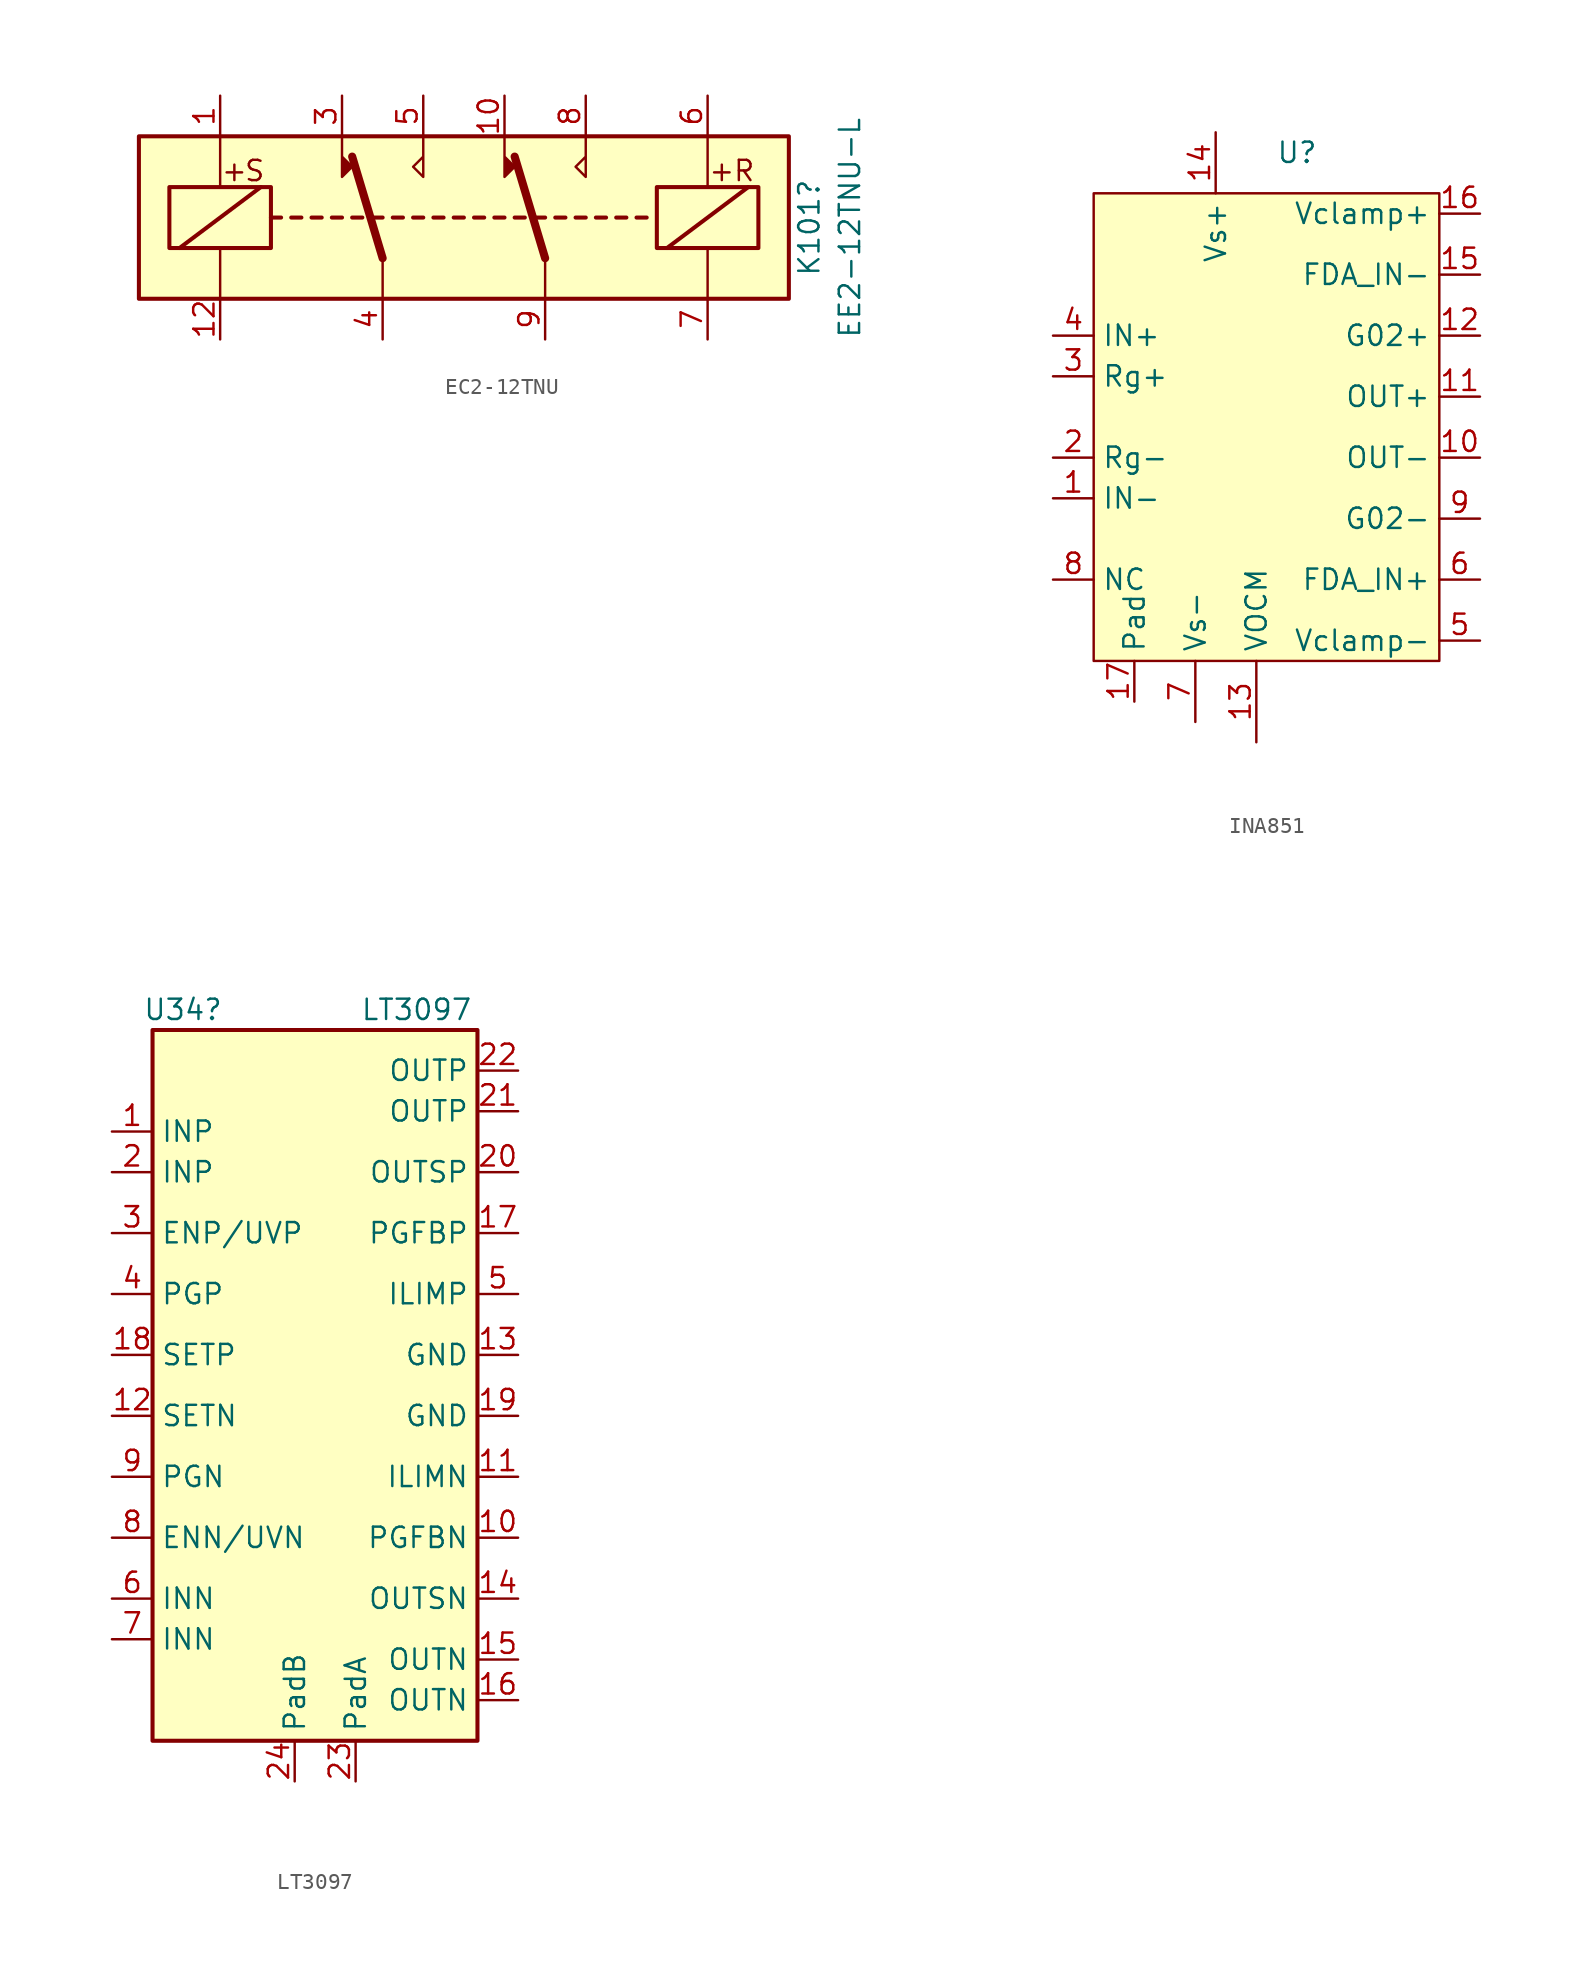
<source format=kicad_sym>
(kicad_symbol_lib
  (version 20241209)
  (generator "kicad_symbol_editor")
  (generator_version "9.0")
  (symbol "EC2-12TNU"
    (property "Reference" "K101"
      (at 21.59 -0.635 90)
      (effects (font (size 1.27 1.27))))
    (property "Value" "EE2-12TNU-L"
      (at 24.13 -0.635 90)
      (effects (font (size 1.27 1.27))))
    (symbol "EC2-12TNU_1_1"
      (rectangle (start -20.32 5.08) (end 20.32 -5.08) (stroke (width 0.254) (type default)) (fill (type background)))
      (rectangle (start -18.415 1.905) (end -12.065 -1.905) (stroke (width 0.254) (type default)) (fill (type none)))
      (polyline (pts (xy -17.78 -1.905) (xy -12.7 1.905)) (stroke (width 0.254) (type default)) (fill (type none)))
      (polyline (pts (xy -15.24 5.08) (xy -15.24 1.905)) (stroke (width 0) (type default)) (fill (type none)))
      (polyline (pts (xy -15.24 -5.08) (xy -15.24 -1.905)) (stroke (width 0) (type default)) (fill (type none)))
      (polyline (pts (xy -12.065 0) (xy -11.43 0)) (stroke (width 0.254) (type default)) (fill (type none)))
      (polyline (pts (xy -10.795 0) (xy -10.16 0)) (stroke (width 0.254) (type default)) (fill (type none)))
      (polyline (pts (xy -9.525 0) (xy -8.89 0)) (stroke (width 0.254) (type default)) (fill (type none)))
      (polyline (pts (xy -8.255 0) (xy -7.62 0)) (stroke (width 0.254) (type default)) (fill (type none)))
      (polyline (pts (xy -7.62 5.08) (xy -7.62 2.54) (xy -6.985 3.175) (xy -7.62 3.81)) (stroke (width 0) (type default)) (fill (type outline)))
      (polyline (pts (xy -6.985 0) (xy -6.35 0)) (stroke (width 0.254) (type default)) (fill (type none)))
      (polyline (pts (xy -5.715 0) (xy -5.08 0)) (stroke (width 0.254) (type default)) (fill (type none)))
      (polyline (pts (xy -5.08 -2.54) (xy -6.985 3.81)) (stroke (width 0.508) (type default)) (fill (type none)))
      (polyline (pts (xy -5.08 -2.54) (xy -5.08 -5.08)) (stroke (width 0) (type default)) (fill (type none)))
      (polyline (pts (xy -4.445 0) (xy -3.81 0)) (stroke (width 0.254) (type default)) (fill (type none)))
      (polyline (pts (xy -3.175 0) (xy -2.54 0)) (stroke (width 0.254) (type default)) (fill (type none)))
      (polyline (pts (xy -2.54 5.08) (xy -2.54 2.54) (xy -3.175 3.175) (xy -2.54 3.81)) (stroke (width 0) (type default)) (fill (type none)))
      (polyline (pts (xy -1.905 0) (xy -1.27 0)) (stroke (width 0.254) (type default)) (fill (type none)))
      (polyline (pts (xy -0.635 0) (xy 0 0)) (stroke (width 0.254) (type default)) (fill (type none)))
      (polyline (pts (xy 0.635 0) (xy 1.27 0)) (stroke (width 0.254) (type default)) (fill (type none)))
      (polyline (pts (xy 1.905 0) (xy 2.54 0)) (stroke (width 0.254) (type default)) (fill (type none)))
      (polyline (pts (xy 2.54 5.08) (xy 2.54 2.54) (xy 3.175 3.175) (xy 2.54 3.81)) (stroke (width 0) (type default)) (fill (type outline)))
      (polyline (pts (xy 3.175 0) (xy 3.81 0)) (stroke (width 0.254) (type default)) (fill (type none)))
      (polyline (pts (xy 4.445 0) (xy 5.08 0)) (stroke (width 0.254) (type default)) (fill (type none)))
      (polyline (pts (xy 5.08 -2.54) (xy 3.175 3.81)) (stroke (width 0.508) (type default)) (fill (type none)))
      (polyline (pts (xy 5.08 -2.54) (xy 5.08 -5.08)) (stroke (width 0) (type default)) (fill (type none)))
      (polyline (pts (xy 5.715 0) (xy 6.35 0)) (stroke (width 0.254) (type default)) (fill (type none)))
      (polyline (pts (xy 6.985 0) (xy 7.62 0)) (stroke (width 0.254) (type default)) (fill (type none)))
      (polyline (pts (xy 7.62 5.08) (xy 7.62 2.54) (xy 6.985 3.175) (xy 7.62 3.81)) (stroke (width 0) (type default)) (fill (type none)))
      (polyline (pts (xy 8.255 0) (xy 8.89 0)) (stroke (width 0.254) (type default)) (fill (type none)))
      (polyline (pts (xy 9.525 0) (xy 10.16 0)) (stroke (width 0.254) (type default)) (fill (type none)))
      (polyline (pts (xy 10.795 0) (xy 11.43 0)) (stroke (width 0.254) (type default)) (fill (type none)))
      (rectangle (start 12.065 1.905) (end 18.415 -1.905) (stroke (width 0.254) (type default)) (fill (type none)))
      (polyline (pts (xy 12.7 -1.905) (xy 17.78 1.905)) (stroke (width 0.254) (type default)) (fill (type none)))
      (polyline (pts (xy 15.24 5.08) (xy 15.24 1.905)) (stroke (width 0) (type default)) (fill (type none)))
      (polyline (pts (xy 15.24 -5.08) (xy 15.24 -1.905)) (stroke (width 0) (type default)) (fill (type none)))
      (text "+" (at -14.351 2.921 0) (effects (font (size 1.27 1.27))))
      (text "S" (at -13.081 2.921 0) (effects (font (size 1.27 1.27))))
      (text "+" (at 16.129 2.921 0) (effects (font (size 1.27 1.27))))
      (text "R" (at 17.526 2.921 0) (effects (font (size 1.27 1.27))))
      (pin passive line (at -15.24 7.62 270) (length 2.54) (name "~" (effects (font (size 1.27 1.27)))) (number "1" (effects (font (size 1.27 1.27)))))
      (pin passive line (at -15.24 -7.62 90) (length 2.54) (name "~" (effects (font (size 1.27 1.27)))) (number "12" (effects (font (size 1.27 1.27)))))
      (pin passive line (at -7.62 7.62 270) (length 2.54) (name "~" (effects (font (size 1.27 1.27)))) (number "3" (effects (font (size 1.27 1.27)))))
      (pin passive line (at -5.08 -7.62 90) (length 2.54) (name "~" (effects (font (size 1.27 1.27)))) (number "4" (effects (font (size 1.27 1.27)))))
      (pin passive line (at -2.54 7.62 270) (length 2.54) (name "~" (effects (font (size 1.27 1.27)))) (number "5" (effects (font (size 1.27 1.27)))))
      (pin passive line (at 2.54 7.62 270) (length 2.54) (name "~" (effects (font (size 1.27 1.27)))) (number "10" (effects (font (size 1.27 1.27)))))
      (pin passive line (at 5.08 -7.62 90) (length 2.54) (name "~" (effects (font (size 1.27 1.27)))) (number "9" (effects (font (size 1.27 1.27)))))
      (pin passive line (at 7.62 7.62 270) (length 2.54) (name "~" (effects (font (size 1.27 1.27)))) (number "8" (effects (font (size 1.27 1.27)))))
      (pin passive line (at 15.24 7.62 270) (length 2.54) (name "~" (effects (font (size 1.27 1.27)))) (number "6" (effects (font (size 1.27 1.27)))))
      (pin passive line (at 15.24 -7.62 90) (length 2.54) (name "~" (effects (font (size 1.27 1.27)))) (number "7" (effects (font (size 1.27 1.27)))))))
  (symbol "INA851"
    (property "Reference" "U"
      (at 12.7 2.54 0)
      (effects (font (size 1.27 1.27))))
    (property "Value" ""
      (at 0 0 0)
      (effects (font (size 1.27 1.27))))
    (symbol "INA851_1_1"
      (rectangle (start 0 0) (end 21.59 -29.21) (stroke (width 0) (type default)) (fill (type background)))
      (pin input line (at -2.54 -8.89 0) (length 2.54) (name "IN+" (effects (font (size 1.27 1.27)))) (number "4" (effects (font (size 1.27 1.27)))))
      (pin passive line (at -2.54 -11.43 0) (length 2.54) (name "Rg+" (effects (font (size 1.27 1.27)))) (number "3" (effects (font (size 1.27 1.27)))))
      (pin passive line (at -2.54 -16.51 0) (length 2.54) (name "Rg-" (effects (font (size 1.27 1.27)))) (number "2" (effects (font (size 1.27 1.27)))))
      (pin input line (at -2.54 -19.05 0) (length 2.54) (name "IN-" (effects (font (size 1.27 1.27)))) (number "1" (effects (font (size 1.27 1.27)))))
      (pin input line (at -2.54 -24.13 0) (length 2.54) (name "NC" (effects (font (size 1.27 1.27)))) (number "8" (effects (font (size 1.27 1.27)))))
      (pin passive line (at 2.54 -31.75 90) (length 2.54) (name "Pad" (effects (font (size 1.27 1.27)))) (number "17" (effects (font (size 1.27 1.27)))))
      (pin passive line (at 6.35 -33.02 90) (length 3.81) (name "Vs-" (effects (font (size 1.27 1.27)))) (number "7" (effects (font (size 1.27 1.27)))))
      (pin passive line (at 7.62 3.81 270) (length 3.81) (name "Vs+" (effects (font (size 1.27 1.27)))) (number "14" (effects (font (size 1.27 1.27)))))
      (pin input line (at 10.16 -34.29 90) (length 5.08) (name "VOCM" (effects (font (size 1.27 1.27)))) (number "13" (effects (font (size 1.27 1.27)))))
      (pin output line (at 24.13 -1.27 180) (length 2.54) (name "Vclamp+" (effects (font (size 1.27 1.27)))) (number "16" (effects (font (size 1.27 1.27)))))
      (pin output line (at 24.13 -5.08 180) (length 2.54) (name "FDA_IN-" (effects (font (size 1.27 1.27)))) (number "15" (effects (font (size 1.27 1.27)))))
      (pin output line (at 24.13 -8.89 180) (length 2.54) (name "G02+" (effects (font (size 1.27 1.27)))) (number "12" (effects (font (size 1.27 1.27)))))
      (pin output line (at 24.13 -12.7 180) (length 2.54) (name "OUT+" (effects (font (size 1.27 1.27)))) (number "11" (effects (font (size 1.27 1.27)))))
      (pin output line (at 24.13 -16.51 180) (length 2.54) (name "OUT-" (effects (font (size 1.27 1.27)))) (number "10" (effects (font (size 1.27 1.27)))))
      (pin output line (at 24.13 -20.32 180) (length 2.54) (name "G02-" (effects (font (size 1.27 1.27)))) (number "9" (effects (font (size 1.27 1.27)))))
      (pin output line (at 24.13 -24.13 180) (length 2.54) (name "FDA_IN+" (effects (font (size 1.27 1.27)))) (number "6" (effects (font (size 1.27 1.27)))))
      (pin passive line (at 24.13 -27.94 180) (length 2.54) (name "Vclamp-" (effects (font (size 1.27 1.27)))) (number "5" (effects (font (size 1.27 1.27)))))))
  (symbol "LT3097"
    (property "Reference" "U34"
      (at 1.905 1.27 0)
      (effects (font (size 1.27 1.27))))
    (property "Value" "LT3097"
      (at 16.51 1.27 0)
      (effects (font (size 1.27 1.27))))
    (symbol "LT3097_0_1"
      (rectangle (start 0 0) (end 20.32 -44.45) (stroke (width 0.254) (type default)) (fill (type background))))
    (symbol "LT3097_1_1"
      (pin passive line (at -2.54 -6.35 0) (length 2.54) (name "INP" (effects (font (size 1.27 1.27)))) (number "1" (effects (font (size 1.27 1.27)))))
      (pin passive line (at -2.54 -8.89 0) (length 2.54) (name "INP" (effects (font (size 1.27 1.27)))) (number "2" (effects (font (size 1.27 1.27)))))
      (pin passive line (at -2.54 -12.7 0) (length 2.54) (name "ENP/UVP" (effects (font (size 1.27 1.27)))) (number "3" (effects (font (size 1.27 1.27)))))
      (pin passive line (at -2.54 -16.51 0) (length 2.54) (name "PGP" (effects (font (size 1.27 1.27)))) (number "4" (effects (font (size 1.27 1.27)))))
      (pin passive line (at -2.54 -20.32 0) (length 2.54) (name "SETP" (effects (font (size 1.27 1.27)))) (number "18" (effects (font (size 1.27 1.27)))))
      (pin passive line (at -2.54 -24.13 0) (length 2.54) (name "SETN" (effects (font (size 1.27 1.27)))) (number "12" (effects (font (size 1.27 1.27)))))
      (pin passive line (at -2.54 -27.94 0) (length 2.54) (name "PGN" (effects (font (size 1.27 1.27)))) (number "9" (effects (font (size 1.27 1.27)))))
      (pin passive line (at -2.54 -31.75 0) (length 2.54) (name "ENN/UVN" (effects (font (size 1.27 1.27)))) (number "8" (effects (font (size 1.27 1.27)))))
      (pin passive line (at -2.54 -35.56 0) (length 2.54) (name "INN" (effects (font (size 1.27 1.27)))) (number "6" (effects (font (size 1.27 1.27)))))
      (pin passive line (at -2.54 -38.1 0) (length 2.54) (name "INN" (effects (font (size 1.27 1.27)))) (number "7" (effects (font (size 1.27 1.27)))))
      (pin passive line (at 8.89 -46.99 90) (length 2.54) (name "PadB" (effects (font (size 1.27 1.27)))) (number "24" (effects (font (size 1.27 1.27)))))
      (pin passive line (at 12.7 -46.99 90) (length 2.54) (name "PadA" (effects (font (size 1.27 1.27)))) (number "23" (effects (font (size 1.27 1.27)))))
      (pin passive line (at 22.86 -2.54 180) (length 2.54) (name "OUTP" (effects (font (size 1.27 1.27)))) (number "22" (effects (font (size 1.27 1.27)))))
      (pin passive line (at 22.86 -5.08 180) (length 2.54) (name "OUTP" (effects (font (size 1.27 1.27)))) (number "21" (effects (font (size 1.27 1.27)))))
      (pin passive line (at 22.86 -8.89 180) (length 2.54) (name "OUTSP" (effects (font (size 1.27 1.27)))) (number "20" (effects (font (size 1.27 1.27)))))
      (pin passive line (at 22.86 -12.7 180) (length 2.54) (name "PGFBP" (effects (font (size 1.27 1.27)))) (number "17" (effects (font (size 1.27 1.27)))))
      (pin passive line (at 22.86 -16.51 180) (length 2.54) (name "ILIMP" (effects (font (size 1.27 1.27)))) (number "5" (effects (font (size 1.27 1.27)))))
      (pin passive line (at 22.86 -20.32 180) (length 2.54) (name "GND" (effects (font (size 1.27 1.27)))) (number "13" (effects (font (size 1.27 1.27)))))
      (pin passive line (at 22.86 -24.13 180) (length 2.54) (name "GND" (effects (font (size 1.27 1.27)))) (number "19" (effects (font (size 1.27 1.27)))))
      (pin passive line (at 22.86 -27.94 180) (length 2.54) (name "ILIMN" (effects (font (size 1.27 1.27)))) (number "11" (effects (font (size 1.27 1.27)))))
      (pin passive line (at 22.86 -31.75 180) (length 2.54) (name "PGFBN" (effects (font (size 1.27 1.27)))) (number "10" (effects (font (size 1.27 1.27)))))
      (pin passive line (at 22.86 -35.56 180) (length 2.54) (name "OUTSN" (effects (font (size 1.27 1.27)))) (number "14" (effects (font (size 1.27 1.27)))))
      (pin passive line (at 22.86 -39.37 180) (length 2.54) (name "OUTN" (effects (font (size 1.27 1.27)))) (number "15" (effects (font (size 1.27 1.27)))))
      (pin passive line (at 22.86 -41.91 180) (length 2.54) (name "OUTN" (effects (font (size 1.27 1.27)))) (number "16" (effects (font (size 1.27 1.27))))))))
</source>
